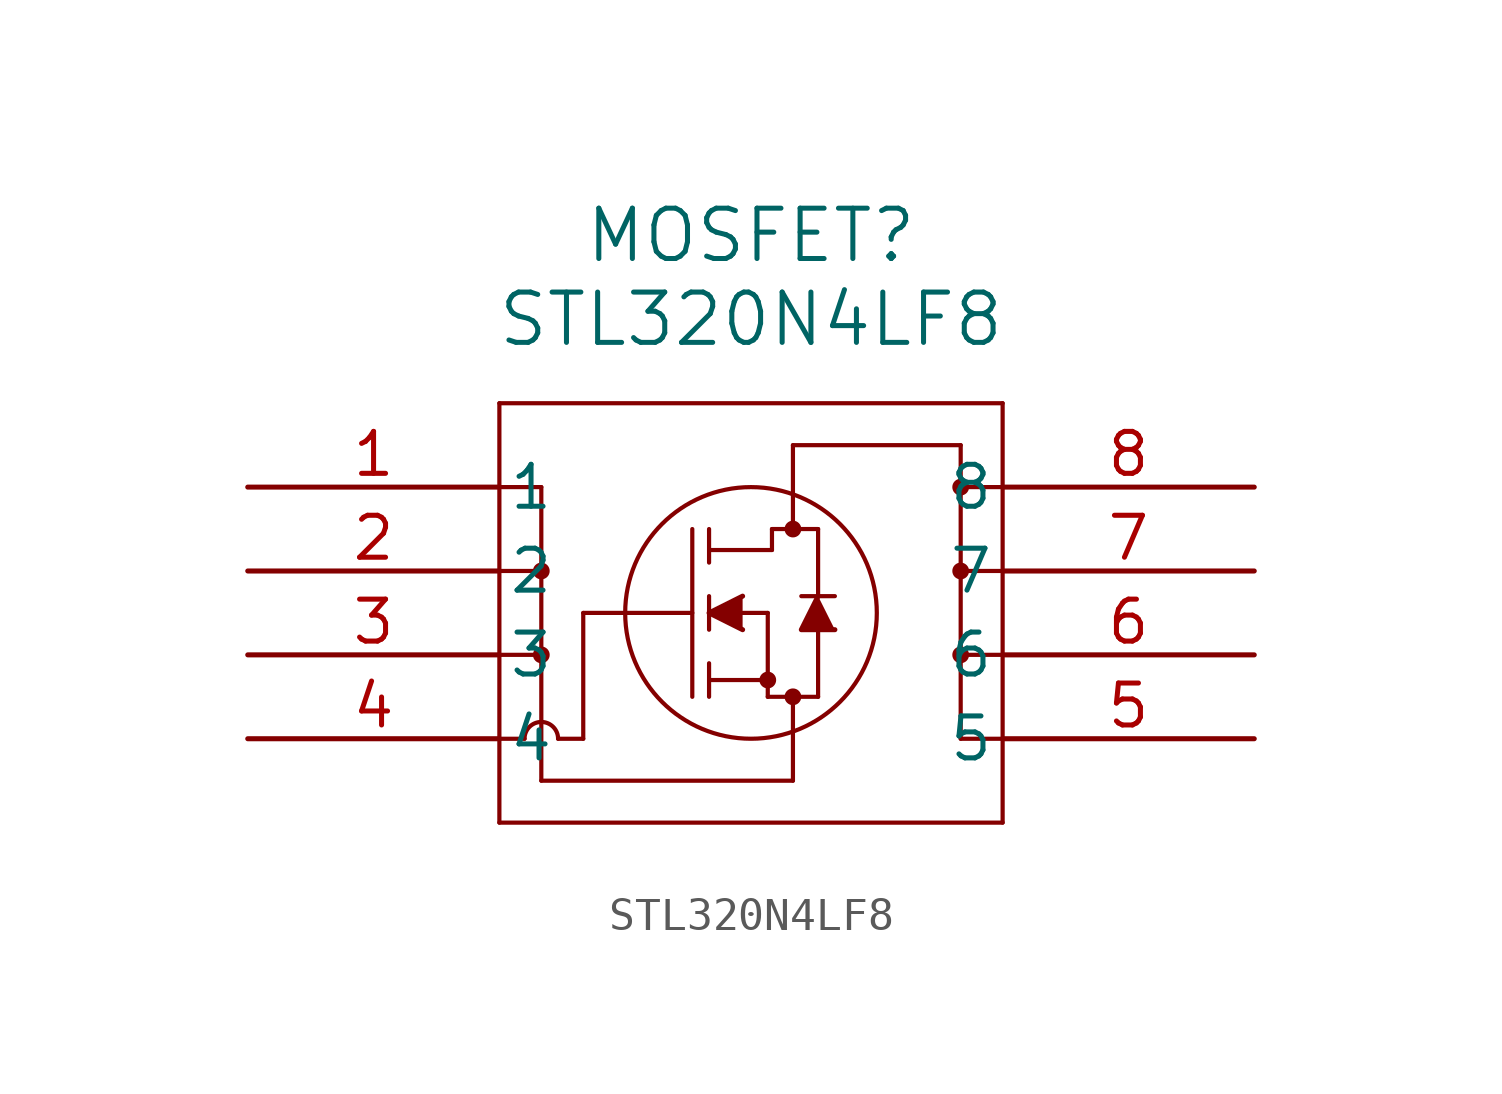
<source format=kicad_sym>
(kicad_symbol_lib
  (version 20211014)
  (generator kicad_symbol_editor)
  (symbol "STL320N4LF8"
    (pin_names
      (offset 0.254))
    (property "Reference" "MOSFET"
      (at 15.24 7.62 0)
      (effects (font (size 1.524 1.524))))
    (property "Value" "STL320N4LF8"
      (at 15.24 5.08 0)
      (effects (font (size 1.524 1.524))))
    (symbol "STL320N4LF8_0_1"
      (polyline (pts (xy 7.62 2.54) (xy 7.62 -10.16)) (stroke (width 0.127) (type default) (color 0 0 0 0)) (fill (type none)))
      (polyline (pts (xy 7.62 -10.16) (xy 22.86 -10.16)) (stroke (width 0.127) (type default) (color 0 0 0 0)) (fill (type none)))
      (polyline (pts (xy 22.86 -10.16) (xy 22.86 2.54)) (stroke (width 0.127) (type default) (color 0 0 0 0)) (fill (type none)))
      (polyline (pts (xy 22.86 2.54) (xy 7.62 2.54)) (stroke (width 0.127) (type default) (color 0 0 0 0)) (fill (type none)))
      (circle (center 16.51 -1.27) (radius 0.127) (stroke (width 0.254) (type default) (color 0 0 0 0)) (fill (type none)))
      (circle (center 16.51 -6.35) (radius 0.127) (stroke (width 0.254) (type default) (color 0 0 0 0)) (fill (type none)))
      (circle (center 15.748 -5.842) (radius 0.127) (stroke (width 0.254) (type default) (color 0 0 0 0)) (fill (type none)))
      (circle (center 15.24 -3.81) (radius 3.81) (stroke (width 0.127) (type default) (color 0 0 0 0)) (fill (type none)))
      (polyline (pts (xy 10.16 -3.81) (xy 13.462 -3.81)) (stroke (width 0.127) (type default) (color 0 0 0 0)) (fill (type none)))
      (polyline (pts (xy 13.462 -6.35) (xy 13.462 -1.27)) (stroke (width 0.127) (type default) (color 0 0 0 0)) (fill (type none)))
      (polyline (pts (xy 13.97 -4.318) (xy 13.97 -3.302)) (stroke (width 0.127) (type default) (color 0 0 0 0)) (fill (type none)))
      (polyline (pts (xy 13.97 -6.35) (xy 13.97 -5.334)) (stroke (width 0.127) (type default) (color 0 0 0 0)) (fill (type none)))
      (polyline (pts (xy 13.97 -2.286) (xy 13.97 -1.27)) (stroke (width 0.127) (type default) (color 0 0 0 0)) (fill (type none)))
      (polyline (pts (xy 14.986 -3.81) (xy 15.748 -3.81)) (stroke (width 0.127) (type default) (color 0 0 0 0)) (fill (type none)))
      (polyline (pts (xy 13.97 -5.842) (xy 15.748 -5.842)) (stroke (width 0.127) (type default) (color 0 0 0 0)) (fill (type none)))
      (polyline (pts (xy 15.748 -6.35) (xy 15.748 -3.81)) (stroke (width 0.127) (type default) (color 0 0 0 0)) (fill (type none)))
      (polyline (pts (xy 15.748 -6.35) (xy 17.272 -6.35)) (stroke (width 0.127) (type default) (color 0 0 0 0)) (fill (type none)))
      (polyline (pts (xy 13.97 -1.905) (xy 15.875 -1.905)) (stroke (width 0.127) (type default) (color 0 0 0 0)) (fill (type none)))
      (polyline (pts (xy 17.272 -3.302) (xy 17.272 -1.27)) (stroke (width 0.127) (type default) (color 0 0 0 0)) (fill (type none)))
      (polyline (pts (xy 17.272 -6.35) (xy 17.272 -4.318)) (stroke (width 0.127) (type default) (color 0 0 0 0)) (fill (type none)))
      (polyline (pts (xy 17.78 -3.302) (xy 16.764 -3.302)) (stroke (width 0.127) (type default) (color 0 0 0 0)) (fill (type none)))
      (polyline (pts (xy 15.875 -1.27) (xy 17.272 -1.27)) (stroke (width 0.127) (type default) (color 0 0 0 0)) (fill (type none)))
      (polyline (pts (xy 15.875 -1.905) (xy 15.875 -1.27)) (stroke (width 0.127) (type default) (color 0 0 0 0)) (fill (type none)))
      (polyline (pts (xy 7.62 -7.62) (xy 8.382 -7.62)) (stroke (width 0.127) (type default) (color 0 0 0 0)) (fill (type none)))
      (polyline (pts (xy 8.89 0) (xy 8.89 -8.89)) (stroke (width 0.127) (type default) (color 0 0 0 0)) (fill (type none)))
      (polyline (pts (xy 7.62 0) (xy 8.89 0)) (stroke (width 0.127) (type default) (color 0 0 0 0)) (fill (type none)))
      (polyline (pts (xy 7.62 -2.54) (xy 8.89 -2.54)) (stroke (width 0.127) (type default) (color 0 0 0 0)) (fill (type none)))
      (polyline (pts (xy 7.62 -5.08) (xy 8.89 -5.08)) (stroke (width 0.127) (type default) (color 0 0 0 0)) (fill (type none)))
      (arc (start 9.398 -7.62) (mid 8.89 -7.112) (end 8.382 -7.62) (stroke (width 0.127) (type default) (color 0 0 0 0)) (fill (type none)))
      (polyline (pts (xy 10.16 -7.62) (xy 9.398 -7.62)) (stroke (width 0.127) (type default) (color 0 0 0 0)) (fill (type none)))
      (polyline (pts (xy 8.89 -8.89) (xy 16.51 -8.89)) (stroke (width 0.127) (type default) (color 0 0 0 0)) (fill (type none)))
      (polyline (pts (xy 16.51 -8.89) (xy 16.51 -6.35)) (stroke (width 0.127) (type default) (color 0 0 0 0)) (fill (type none)))
      (polyline (pts (xy 22.86 -7.62) (xy 21.59 -7.62)) (stroke (width 0.127) (type default) (color 0 0 0 0)) (fill (type none)))
      (polyline (pts (xy 21.59 -7.62) (xy 21.59 1.27)) (stroke (width 0.127) (type default) (color 0 0 0 0)) (fill (type none)))
      (polyline (pts (xy 22.86 -5.08) (xy 21.59 -5.08)) (stroke (width 0.127) (type default) (color 0 0 0 0)) (fill (type none)))
      (polyline (pts (xy 22.86 -2.54) (xy 21.59 -2.54)) (stroke (width 0.127) (type default) (color 0 0 0 0)) (fill (type none)))
      (polyline (pts (xy 21.59 1.27) (xy 16.51 1.27)) (stroke (width 0.127) (type default) (color 0 0 0 0)) (fill (type none)))
      (polyline (pts (xy 16.51 1.27) (xy 16.51 -1.27)) (stroke (width 0.127) (type default) (color 0 0 0 0)) (fill (type none)))
      (circle (center 8.89 -2.54) (radius 0.127) (stroke (width 0.254) (type default) (color 0 0 0 0)) (fill (type none)))
      (circle (center 8.89 -5.08) (radius 0.127) (stroke (width 0.254) (type default) (color 0 0 0 0)) (fill (type none)))
      (polyline (pts (xy 10.16 -3.81) (xy 10.16 -7.62)) (stroke (width 0.127) (type default) (color 0 0 0 0)) (fill (type none)))
      (circle (center 21.59 0) (radius 0.127) (stroke (width 0.254) (type default) (color 0 0 0 0)) (fill (type none)))
      (circle (center 21.59 -2.54) (radius 0.127) (stroke (width 0.254) (type default) (color 0 0 0 0)) (fill (type none)))
      (circle (center 21.59 -5.08) (radius 0.127) (stroke (width 0.254) (type default) (color 0 0 0 0)) (fill (type none)))
      (polyline (pts (xy 14.986 -3.302) (xy 13.97 -3.81) (xy 14.986 -4.318)) (stroke (width 0) (type default) (color 0 0 0 0)) (fill (type outline)))
      (polyline (pts (xy 17.78 -4.318) (xy 16.764 -4.318) (xy 17.272 -3.302)) (stroke (width 0) (type default) (color 0 0 0 0)) (fill (type outline)))
      (polyline (pts (xy 22.86 0) (xy 21.59 0)) (stroke (width 0.127) (type default) (color 0 0 0 0)) (fill (type none)))
      (pin unspecified line (at 0 0 0) (length 7.62) (name "1" (effects (font (size 1.27 1.27)))) (number "1" (effects (font (size 1.27 1.27)))))
      (pin unspecified line (at 0 -2.54 0) (length 7.62) (name "2" (effects (font (size 1.27 1.27)))) (number "2" (effects (font (size 1.27 1.27)))))
      (pin unspecified line (at 0 -5.08 0) (length 7.62) (name "3" (effects (font (size 1.27 1.27)))) (number "3" (effects (font (size 1.27 1.27)))))
      (pin unspecified line (at 0 -7.62 0) (length 7.62) (name "4" (effects (font (size 1.27 1.27)))) (number "4" (effects (font (size 1.27 1.27)))))
      (pin unspecified line (at 30.48 -7.62 180) (length 7.62) (name "5" (effects (font (size 1.27 1.27)))) (number "5" (effects (font (size 1.27 1.27)))))
      (pin unspecified line (at 30.48 -5.08 180) (length 7.62) (name "6" (effects (font (size 1.27 1.27)))) (number "6" (effects (font (size 1.27 1.27)))))
      (pin unspecified line (at 30.48 -2.54 180) (length 7.62) (name "7" (effects (font (size 1.27 1.27)))) (number "7" (effects (font (size 1.27 1.27)))))
      (pin unspecified line (at 30.48 0 180) (length 7.62) (name "8" (effects (font (size 1.27 1.27)))) (number "8" (effects (font (size 1.27 1.27))))))))
</source>
